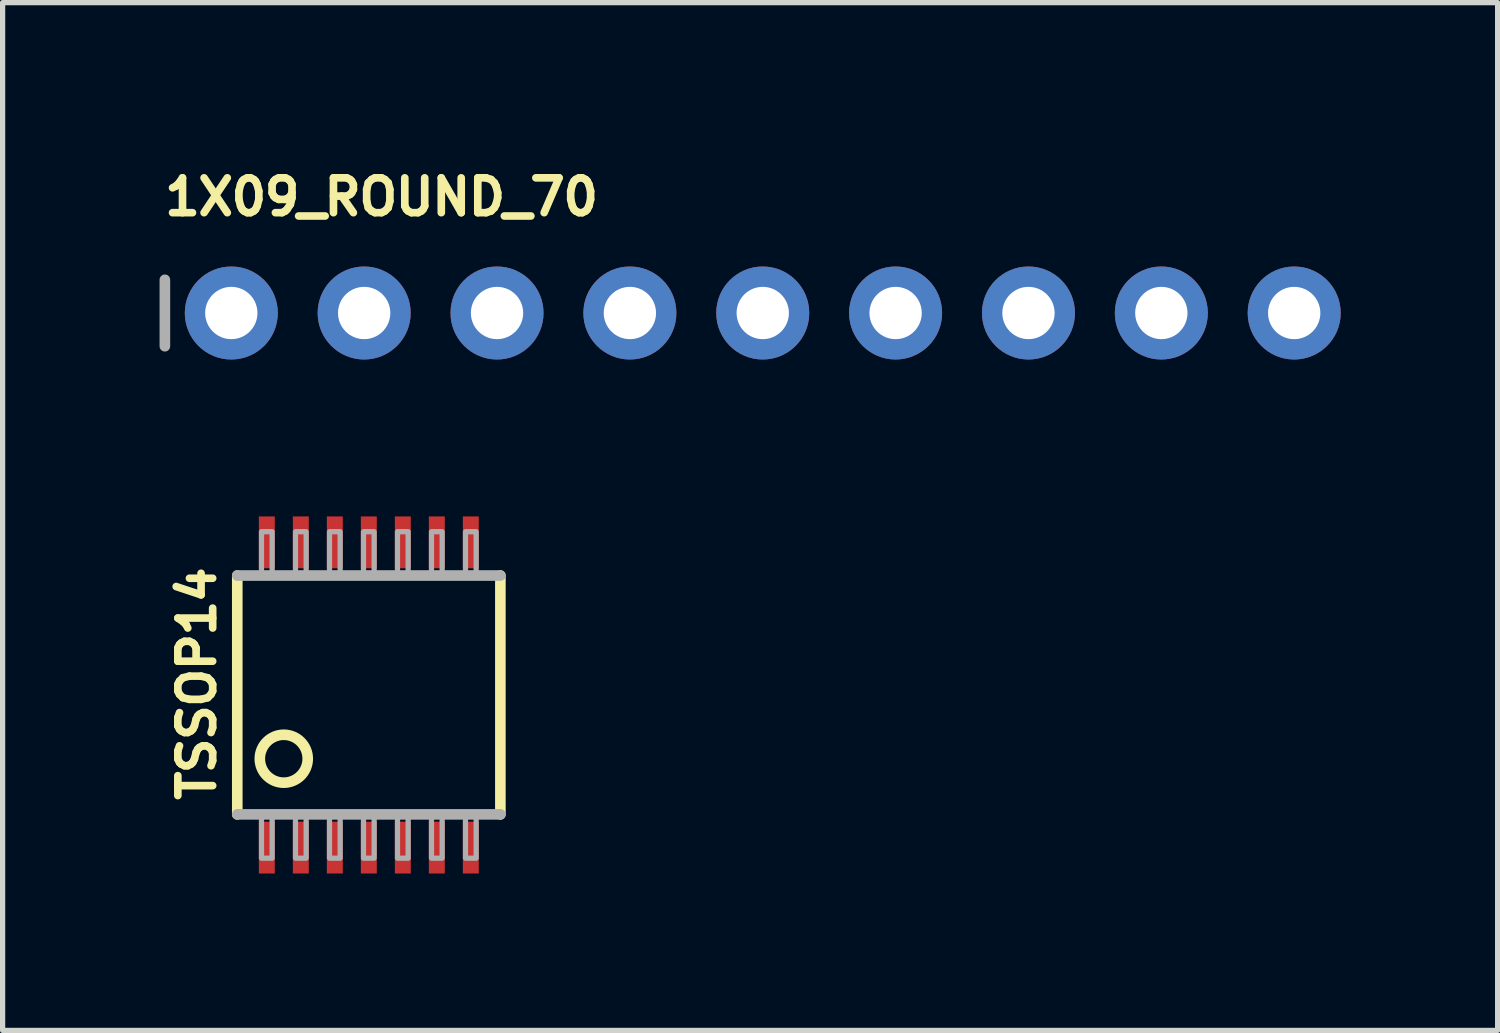
<source format=kicad_pcb>
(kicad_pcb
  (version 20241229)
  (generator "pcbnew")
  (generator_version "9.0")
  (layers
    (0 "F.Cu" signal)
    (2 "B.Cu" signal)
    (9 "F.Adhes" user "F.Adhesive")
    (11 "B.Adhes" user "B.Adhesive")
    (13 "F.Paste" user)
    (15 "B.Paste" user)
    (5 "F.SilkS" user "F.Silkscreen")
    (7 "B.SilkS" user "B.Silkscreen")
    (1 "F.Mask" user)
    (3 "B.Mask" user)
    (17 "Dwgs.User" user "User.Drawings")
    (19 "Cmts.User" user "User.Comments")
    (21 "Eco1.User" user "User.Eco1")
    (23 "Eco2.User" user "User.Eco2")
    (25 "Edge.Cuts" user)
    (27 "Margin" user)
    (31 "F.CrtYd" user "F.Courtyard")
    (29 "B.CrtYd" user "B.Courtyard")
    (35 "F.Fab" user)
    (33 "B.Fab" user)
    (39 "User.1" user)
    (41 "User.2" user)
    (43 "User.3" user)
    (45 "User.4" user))
  (footprint "1X09_ROUND_70"
    (layer "F.Cu")
    (at 11.532 2.934)
    (property "Reference" "1X09_ROUND_70" (at -11.506 -1.829 0) (layer "F.SilkS") (effects (font (size 0.666 0.666) (thickness 0.146)) (justify left bottom)))
    (fp_line (start -11.43 -0.635) (end -11.43 0.635) (stroke (width 0.203) (type solid)) (layer "F.Fab"))
    (fp_poly (pts (xy -10.414 0.254) (xy -9.906 0.254) (xy -9.906 -0.254) (xy -10.414 -0.254)) (stroke (width 0.1) (type default)) (fill no) (layer "F.Fab"))
    (fp_poly (pts (xy -7.874 0.254) (xy -7.366 0.254) (xy -7.366 -0.254) (xy -7.874 -0.254)) (stroke (width 0.1) (type default)) (fill no) (layer "F.Fab"))
    (fp_poly (pts (xy -5.334 0.254) (xy -4.826 0.254) (xy -4.826 -0.254) (xy -5.334 -0.254)) (stroke (width 0.1) (type default)) (fill no) (layer "F.Fab"))
    (fp_poly (pts (xy -2.794 0.254) (xy -2.286 0.254) (xy -2.286 -0.254) (xy -2.794 -0.254)) (stroke (width 0.1) (type default)) (fill no) (layer "F.Fab"))
    (fp_poly (pts (xy -0.254 0.254) (xy 0.254 0.254) (xy 0.254 -0.254) (xy -0.254 -0.254)) (stroke (width 0.1) (type default)) (fill no) (layer "F.Fab"))
    (fp_poly (pts (xy 2.286 0.254) (xy 2.794 0.254) (xy 2.794 -0.254) (xy 2.286 -0.254)) (stroke (width 0.1) (type default)) (fill no) (layer "F.Fab"))
    (fp_poly (pts (xy 4.826 0.254) (xy 5.334 0.254) (xy 5.334 -0.254) (xy 4.826 -0.254)) (stroke (width 0.1) (type default)) (fill no) (layer "F.Fab"))
    (fp_poly (pts (xy 7.366 0.254) (xy 7.874 0.254) (xy 7.874 -0.254) (xy 7.366 -0.254)) (stroke (width 0.1) (type default)) (fill no) (layer "F.Fab"))
    (fp_poly (pts (xy 9.906 0.254) (xy 10.414 0.254) (xy 10.414 -0.254) (xy 9.906 -0.254)) (stroke (width 0.1) (type default)) (fill no) (layer "F.Fab"))
    (pad "1" thru_hole circle (at -10.16 0 90) (size 1.778 1.778) (drill 1) (layers "*.Cu" "*.Mask"))
    (pad "2" thru_hole circle (at -7.62 0 90) (size 1.778 1.778) (drill 1) (layers "*.Cu" "*.Mask"))
    (pad "3" thru_hole circle (at -5.08 0 90) (size 1.778 1.778) (drill 1) (layers "*.Cu" "*.Mask"))
    (pad "4" thru_hole circle (at -2.54 0 90) (size 1.778 1.778) (drill 1) (layers "*.Cu" "*.Mask"))
    (pad "5" thru_hole circle (at 0 0 90) (size 1.778 1.778) (drill 1) (layers "*.Cu" "*.Mask"))
    (pad "6" thru_hole circle (at 2.54 0 90) (size 1.778 1.778) (drill 1) (layers "*.Cu" "*.Mask"))
    (pad "7" thru_hole circle (at 5.08 0 90) (size 1.778 1.778) (drill 1) (layers "*.Cu" "*.Mask"))
    (pad "8" thru_hole circle (at 7.62 0 90) (size 1.778 1.778) (drill 1) (layers "*.Cu" "*.Mask"))
    (pad "9" thru_hole circle (at 10.16 0 90) (size 1.778 1.778) (drill 1) (layers "*.Cu" "*.Mask")))
  (footprint "TSSOP14"
    (layer "F.Cu")
    (at 4.001 10.236)
    (property "Reference" "TSSOP14" (at -2.896 2.083 90) (layer "F.SilkS") (effects (font (size 0.666 0.666) (thickness 0.146)) (justify left bottom)))
    (fp_line (start -2.515 2.283) (end -2.515 -2.283) (stroke (width 0.203) (type solid)) (layer "F.SilkS"))
    (fp_line (start 2.515 -2.283) (end 2.515 2.283) (stroke (width 0.203) (type solid)) (layer "F.SilkS"))
    (fp_circle (center -1.626 1.219) (end -1.168 1.219) (stroke (width 0.203) (type solid)) (fill no) (layer "F.SilkS"))
    (fp_line (start -2.515 2.283) (end 2.515 2.283) (stroke (width 0.203) (type solid)) (layer "F.Fab"))
    (fp_line (start 2.515 -2.283) (end -2.515 -2.283) (stroke (width 0.203) (type solid)) (layer "F.Fab"))
    (fp_poly (pts (xy -2.052 -2.283) (xy -1.848 -2.283) (xy -1.848 -3.121) (xy -2.052 -3.121)) (stroke (width 0.1) (type default)) (fill no) (layer "F.Fab"))
    (fp_poly (pts (xy -2.052 3.121) (xy -1.848 3.121) (xy -1.848 2.283) (xy -2.052 2.283)) (stroke (width 0.1) (type default)) (fill no) (layer "F.Fab"))
    (fp_poly (pts (xy -1.402 -2.283) (xy -1.198 -2.283) (xy -1.198 -3.121) (xy -1.402 -3.121)) (stroke (width 0.1) (type default)) (fill no) (layer "F.Fab"))
    (fp_poly (pts (xy -1.402 3.121) (xy -1.198 3.121) (xy -1.198 2.283) (xy -1.402 2.283)) (stroke (width 0.1) (type default)) (fill no) (layer "F.Fab"))
    (fp_poly (pts (xy -0.752 -2.283) (xy -0.548 -2.283) (xy -0.548 -3.121) (xy -0.752 -3.121)) (stroke (width 0.1) (type default)) (fill no) (layer "F.Fab"))
    (fp_poly (pts (xy -0.752 3.121) (xy -0.548 3.121) (xy -0.548 2.283) (xy -0.752 2.283)) (stroke (width 0.1) (type default)) (fill no) (layer "F.Fab"))
    (fp_poly (pts (xy -0.102 -2.283) (xy 0.102 -2.283) (xy 0.102 -3.121) (xy -0.102 -3.121)) (stroke (width 0.1) (type default)) (fill no) (layer "F.Fab"))
    (fp_poly (pts (xy -0.102 3.121) (xy 0.102 3.121) (xy 0.102 2.283) (xy -0.102 2.283)) (stroke (width 0.1) (type default)) (fill no) (layer "F.Fab"))
    (fp_poly (pts (xy 0.548 -2.283) (xy 0.752 -2.283) (xy 0.752 -3.121) (xy 0.548 -3.121)) (stroke (width 0.1) (type default)) (fill no) (layer "F.Fab"))
    (fp_poly (pts (xy 0.548 3.121) (xy 0.752 3.121) (xy 0.752 2.283) (xy 0.548 2.283)) (stroke (width 0.1) (type default)) (fill no) (layer "F.Fab"))
    (fp_poly (pts (xy 1.198 -2.283) (xy 1.402 -2.283) (xy 1.402 -3.121) (xy 1.198 -3.121)) (stroke (width 0.1) (type default)) (fill no) (layer "F.Fab"))
    (fp_poly (pts (xy 1.198 3.121) (xy 1.402 3.121) (xy 1.402 2.283) (xy 1.198 2.283)) (stroke (width 0.1) (type default)) (fill no) (layer "F.Fab"))
    (fp_poly (pts (xy 1.848 -2.283) (xy 2.052 -2.283) (xy 2.052 -3.121) (xy 1.848 -3.121)) (stroke (width 0.1) (type default)) (fill no) (layer "F.Fab"))
    (fp_poly (pts (xy 1.848 3.121) (xy 2.052 3.121) (xy 2.052 2.283) (xy 1.848 2.283)) (stroke (width 0.1) (type default)) (fill no) (layer "F.Fab"))
    (pad "1" smd rect (at -1.95 2.918) (size 0.305 0.991) (layers "F.Cu" "F.Mask" "F.Paste"))
    (pad "2" smd rect (at -1.3 2.918) (size 0.305 0.991) (layers "F.Cu" "F.Mask" "F.Paste"))
    (pad "3" smd rect (at -0.65 2.918) (size 0.305 0.991) (layers "F.Cu" "F.Mask" "F.Paste"))
    (pad "4" smd rect (at 0 2.918) (size 0.305 0.991) (layers "F.Cu" "F.Mask" "F.Paste"))
    (pad "5" smd rect (at 0.65 2.918) (size 0.305 0.991) (layers "F.Cu" "F.Mask" "F.Paste"))
    (pad "6" smd rect (at 1.3 2.918) (size 0.305 0.991) (layers "F.Cu" "F.Mask" "F.Paste"))
    (pad "7" smd rect (at 1.95 2.918) (size 0.305 0.991) (layers "F.Cu" "F.Mask" "F.Paste"))
    (pad "8" smd rect (at 1.95 -2.918) (size 0.305 0.991) (layers "F.Cu" "F.Mask" "F.Paste"))
    (pad "9" smd rect (at 1.3 -2.918) (size 0.305 0.991) (layers "F.Cu" "F.Mask" "F.Paste"))
    (pad "10" smd rect (at 0.65 -2.918) (size 0.305 0.991) (layers "F.Cu" "F.Mask" "F.Paste"))
    (pad "11" smd rect (at 0 -2.918) (size 0.305 0.991) (layers "F.Cu" "F.Mask" "F.Paste"))
    (pad "12" smd rect (at -0.65 -2.918) (size 0.305 0.991) (layers "F.Cu" "F.Mask" "F.Paste"))
    (pad "13" smd rect (at -1.3 -2.918) (size 0.305 0.991) (layers "F.Cu" "F.Mask" "F.Paste"))
    (pad "14" smd rect (at -1.95 -2.918) (size 0.305 0.991) (layers "F.Cu" "F.Mask" "F.Paste")))
  (gr_rect
    (start -3 -3)
    (end 25.581 16.649)
    (stroke (width 0.1) (type default))
    (fill no)
    (layer "Edge.Cuts")))
</source>
